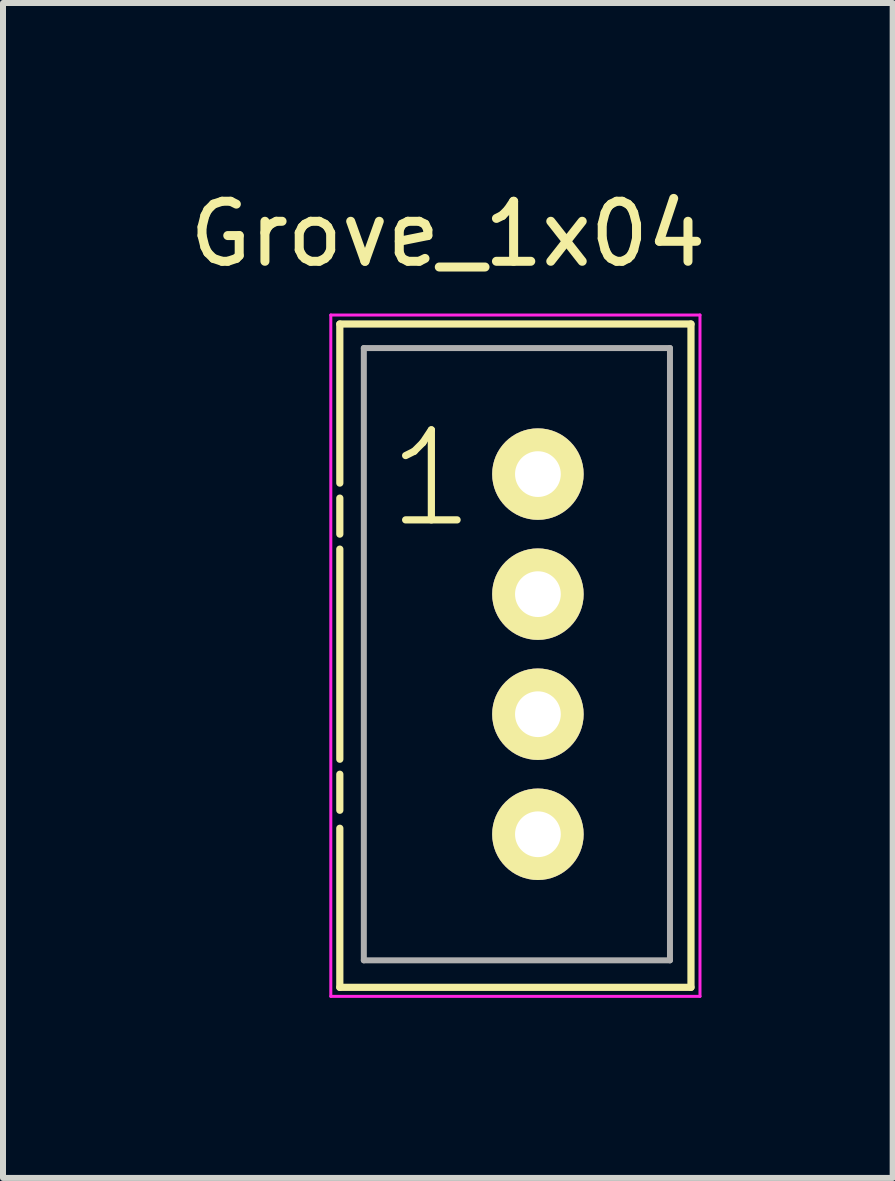
<source format=kicad_pcb>
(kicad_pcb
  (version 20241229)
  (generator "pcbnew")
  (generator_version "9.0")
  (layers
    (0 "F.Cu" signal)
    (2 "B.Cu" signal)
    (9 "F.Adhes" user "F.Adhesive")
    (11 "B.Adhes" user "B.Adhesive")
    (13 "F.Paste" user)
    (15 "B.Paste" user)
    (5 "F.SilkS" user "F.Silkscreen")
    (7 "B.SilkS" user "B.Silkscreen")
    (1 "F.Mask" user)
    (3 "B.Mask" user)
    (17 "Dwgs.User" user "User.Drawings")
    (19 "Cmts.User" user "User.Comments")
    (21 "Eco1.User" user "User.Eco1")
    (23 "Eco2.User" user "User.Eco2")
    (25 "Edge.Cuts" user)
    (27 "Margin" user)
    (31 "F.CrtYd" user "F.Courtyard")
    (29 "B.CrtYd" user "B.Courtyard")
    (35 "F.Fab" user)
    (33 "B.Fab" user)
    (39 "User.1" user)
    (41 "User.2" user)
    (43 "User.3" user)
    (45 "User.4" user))
  (footprint "Grove_1x04"
    (layer "F.Cu")
    (at 5.911 4.848)
    (property "Reference" "Grove_1x04" (at -1.5 -4 0) (layer "F.SilkS") (effects (font (size 1 1) (thickness 0.15))))
    (attr through_hole)
    (fp_line (start -3.3 -2.5) (end -3.3 0.15) (stroke (width 0.12) (type solid)) (layer "F.SilkS"))
    (fp_line (start -3.3 -2.5) (end 2.55 -2.5) (stroke (width 0.12) (type solid)) (layer "F.SilkS"))
    (fp_line (start -3.3 0.4) (end -3.3 1) (stroke (width 0.12) (type solid)) (layer "F.SilkS"))
    (fp_line (start -3.3 1.25) (end -3.3 4.75) (stroke (width 0.12) (type solid)) (layer "F.SilkS"))
    (fp_line (start -3.3 5) (end -3.3 5.6) (stroke (width 0.12) (type solid)) (layer "F.SilkS"))
    (fp_line (start -3.3 5.9) (end -3.3 8.55) (stroke (width 0.12) (type solid)) (layer "F.SilkS"))
    (fp_line (start -3.3 8.55) (end 2.55 8.55) (stroke (width 0.12) (type solid)) (layer "F.SilkS"))
    (fp_line (start 2.55 -2.5) (end 2.55 8.55) (stroke (width 0.12) (type solid)) (layer "F.SilkS"))
    (fp_line (start -3.45 -2.65) (end -3.45 8.7) (stroke (width 0.05) (type solid)) (layer "F.CrtYd"))
    (fp_line (start -3.45 -2.65) (end 2.7 -2.65) (stroke (width 0.05) (type solid)) (layer "F.CrtYd"))
    (fp_line (start -3.45 8.7) (end 2.7 8.7) (stroke (width 0.05) (type solid)) (layer "F.CrtYd"))
    (fp_line (start 2.7 8.7) (end 2.7 -2.65) (stroke (width 0.05) (type solid)) (layer "F.CrtYd"))
    (fp_line (start -2.9 -2.1) (end 2.2 -2.1) (stroke (width 0.1) (type solid)) (layer "F.Fab"))
    (fp_line (start -2.9 8.1) (end -2.9 -2.1) (stroke (width 0.1) (type solid)) (layer "F.Fab"))
    (fp_line (start 2.2 -2.1) (end 2.2 8.1) (stroke (width 0.1) (type solid)) (layer "F.Fab"))
    (fp_line (start 2.2 8.1) (end -2.9 8.1) (stroke (width 0.1) (type solid)) (layer "F.Fab"))
    (fp_text user "1" (at -1.775 0.075 0) (layer "F.SilkS") (effects (font (size 1.5 1.5) (thickness 0.12))))
    (pad "1" thru_hole circle (at 0 0) (size 1.524 1.524) (drill 0.762) (layers "*.Cu" "*.Mask" "F.SilkS"))
    (pad "2" thru_hole circle (at 0 2) (size 1.524 1.524) (drill 0.762) (layers "*.Cu" "*.Mask" "F.SilkS"))
    (pad "3" thru_hole circle (at 0 4) (size 1.524 1.524) (drill 0.762) (layers "*.Cu" "*.Mask" "F.SilkS"))
    (pad "4" thru_hole circle (at 0 6) (size 1.524 1.524) (drill 0.762) (layers "*.Cu" "*.Mask" "F.SilkS")))
  (gr_rect
    (start -3 -3)
    (end 11.821 16.573)
    (stroke (width 0.1) (type default))
    (fill no)
    (layer "Edge.Cuts")))
</source>
